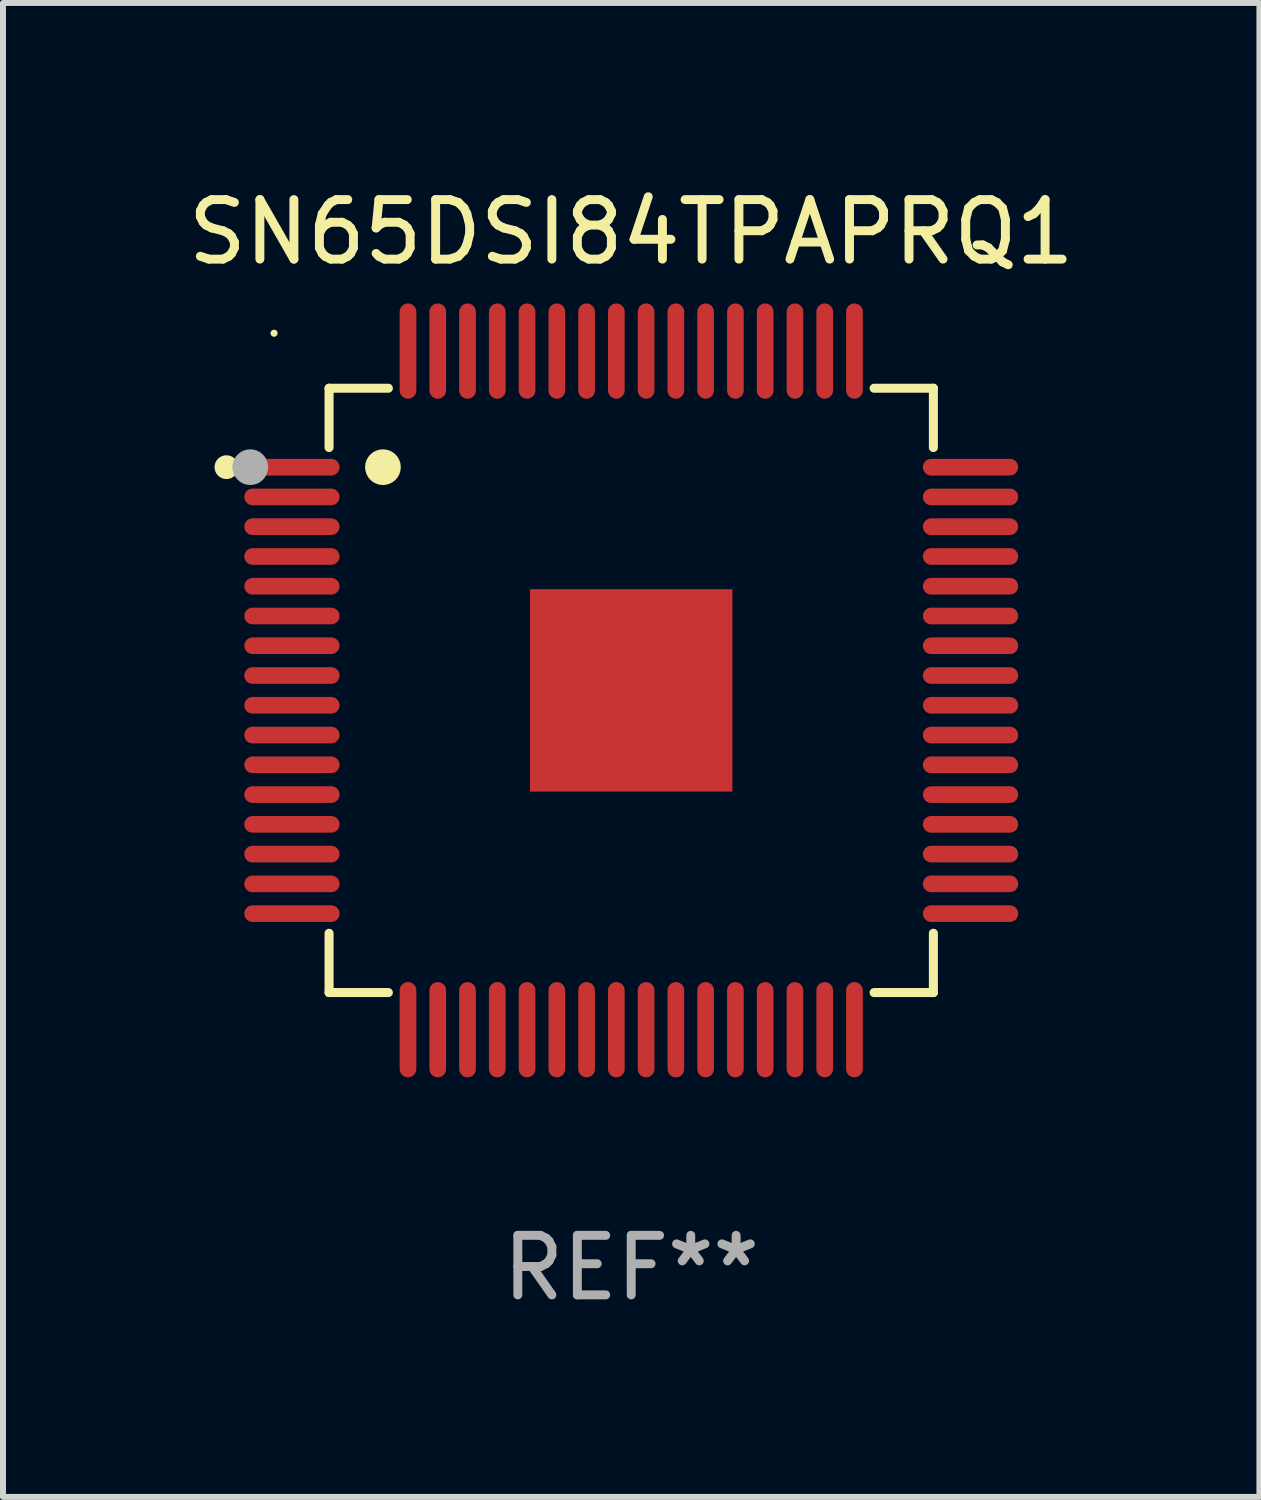
<source format=kicad_pcb>
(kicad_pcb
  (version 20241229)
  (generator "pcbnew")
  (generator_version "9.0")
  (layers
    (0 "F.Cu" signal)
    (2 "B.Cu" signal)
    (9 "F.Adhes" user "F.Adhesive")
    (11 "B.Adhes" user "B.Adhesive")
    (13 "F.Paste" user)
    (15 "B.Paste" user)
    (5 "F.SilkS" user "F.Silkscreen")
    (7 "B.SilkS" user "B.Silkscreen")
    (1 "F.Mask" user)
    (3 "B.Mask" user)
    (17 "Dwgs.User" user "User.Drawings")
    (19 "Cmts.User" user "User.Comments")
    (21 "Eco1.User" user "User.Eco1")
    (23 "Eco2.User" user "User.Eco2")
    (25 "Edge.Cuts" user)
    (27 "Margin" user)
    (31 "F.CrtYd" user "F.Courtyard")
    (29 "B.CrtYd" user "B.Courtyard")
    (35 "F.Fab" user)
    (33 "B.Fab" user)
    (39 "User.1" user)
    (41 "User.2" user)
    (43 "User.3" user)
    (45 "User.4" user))
  (footprint "SN65DSI84TPAPRQ1"
    (layer "F.Cu")
    (at 7.554 8.548)
    (property "Reference" "SN65DSI84TPAPRQ1" (at 0 -7.7 0) (layer "F.SilkS") (effects (font (size 1 1) (thickness 0.15))))
    (attr through_hole)
    (fp_line (start -5.076 -5.076) (end -5.076 -4.08) (stroke (width 0.152) (type solid)) (layer "F.SilkS"))
    (fp_line (start -5.076 5.076) (end -5.076 4.08) (stroke (width 0.152) (type solid)) (layer "F.SilkS"))
    (fp_line (start -4.08 -5.076) (end -5.076 -5.076) (stroke (width 0.152) (type solid)) (layer "F.SilkS"))
    (fp_line (start -4.08 5.076) (end -5.076 5.076) (stroke (width 0.152) (type solid)) (layer "F.SilkS"))
    (fp_line (start 4.08 -5.076) (end 5.076 -5.076) (stroke (width 0.152) (type solid)) (layer "F.SilkS"))
    (fp_line (start 4.08 5.076) (end 5.076 5.076) (stroke (width 0.152) (type solid)) (layer "F.SilkS"))
    (fp_line (start 5.076 -5.076) (end 5.076 -4.08) (stroke (width 0.152) (type solid)) (layer "F.SilkS"))
    (fp_line (start 5.076 5.076) (end 5.076 4.08) (stroke (width 0.152) (type solid)) (layer "F.SilkS"))
    (fp_circle (center -6.8 -3.75) (end -6.7 -3.75) (stroke (width 0.2) (type solid)) (fill no) (layer "F.SilkS"))
    (fp_circle (center -6 -6) (end -5.97 -6) (stroke (width 0.06) (type solid)) (fill no) (layer "F.SilkS"))
    (fp_circle (center -4.171 -3.75) (end -4.021 -3.75) (stroke (width 0.3) (type solid)) (fill no) (layer "F.SilkS"))
    (fp_circle (center -6.4 -3.75) (end -6.25 -3.75) (stroke (width 0.3) (type solid)) (fill no) (layer "F.Fab"))
    (fp_text user "REF**" (at 0 9.7 0) (layer "F.Fab") (effects (font (size 1 1) (thickness 0.15))))
    (pad "1" smd oval (at -5.7 -3.75 270) (size 0.28 1.6) (layers "F.Cu" "F.Mask" "F.Paste"))
    (pad "2" smd oval (at -5.7 -3.25 270) (size 0.28 1.6) (layers "F.Cu" "F.Mask" "F.Paste"))
    (pad "3" smd oval (at -5.7 -2.75 270) (size 0.28 1.6) (layers "F.Cu" "F.Mask" "F.Paste"))
    (pad "4" smd oval (at -5.7 -2.25 270) (size 0.28 1.6) (layers "F.Cu" "F.Mask" "F.Paste"))
    (pad "5" smd oval (at -5.7 -1.75 270) (size 0.28 1.6) (layers "F.Cu" "F.Mask" "F.Paste"))
    (pad "6" smd oval (at -5.7 -1.25 270) (size 0.28 1.6) (layers "F.Cu" "F.Mask" "F.Paste"))
    (pad "7" smd oval (at -5.7 -0.75 270) (size 0.28 1.6) (layers "F.Cu" "F.Mask" "F.Paste"))
    (pad "8" smd oval (at -5.7 -0.25 270) (size 0.28 1.6) (layers "F.Cu" "F.Mask" "F.Paste"))
    (pad "9" smd oval (at -5.7 0.25 270) (size 0.28 1.6) (layers "F.Cu" "F.Mask" "F.Paste"))
    (pad "10" smd oval (at -5.7 0.75 270) (size 0.28 1.6) (layers "F.Cu" "F.Mask" "F.Paste"))
    (pad "11" smd oval (at -5.7 1.25 270) (size 0.28 1.6) (layers "F.Cu" "F.Mask" "F.Paste"))
    (pad "12" smd oval (at -5.7 1.75 270) (size 0.28 1.6) (layers "F.Cu" "F.Mask" "F.Paste"))
    (pad "13" smd oval (at -5.7 2.25 270) (size 0.28 1.6) (layers "F.Cu" "F.Mask" "F.Paste"))
    (pad "14" smd oval (at -5.7 2.75 270) (size 0.28 1.6) (layers "F.Cu" "F.Mask" "F.Paste"))
    (pad "15" smd oval (at -5.7 3.25 270) (size 0.28 1.6) (layers "F.Cu" "F.Mask" "F.Paste"))
    (pad "16" smd oval (at -5.7 3.75 270) (size 0.28 1.6) (layers "F.Cu" "F.Mask" "F.Paste"))
    (pad "17" smd oval (at -3.75 5.7 270) (size 1.6 0.28) (layers "F.Cu" "F.Mask" "F.Paste"))
    (pad "18" smd oval (at -3.25 5.7 270) (size 1.6 0.28) (layers "F.Cu" "F.Mask" "F.Paste"))
    (pad "19" smd oval (at -2.75 5.7 270) (size 1.6 0.28) (layers "F.Cu" "F.Mask" "F.Paste"))
    (pad "20" smd oval (at -2.25 5.7 270) (size 1.6 0.28) (layers "F.Cu" "F.Mask" "F.Paste"))
    (pad "21" smd oval (at -1.75 5.7 270) (size 1.6 0.28) (layers "F.Cu" "F.Mask" "F.Paste"))
    (pad "22" smd oval (at -1.25 5.7 270) (size 1.6 0.28) (layers "F.Cu" "F.Mask" "F.Paste"))
    (pad "23" smd oval (at -0.75 5.7 270) (size 1.6 0.28) (layers "F.Cu" "F.Mask" "F.Paste"))
    (pad "24" smd oval (at -0.25 5.7 270) (size 1.6 0.28) (layers "F.Cu" "F.Mask" "F.Paste"))
    (pad "25" smd oval (at 0.25 5.7 270) (size 1.6 0.28) (layers "F.Cu" "F.Mask" "F.Paste"))
    (pad "26" smd oval (at 0.75 5.7 270) (size 1.6 0.28) (layers "F.Cu" "F.Mask" "F.Paste"))
    (pad "27" smd oval (at 1.25 5.7 270) (size 1.6 0.28) (layers "F.Cu" "F.Mask" "F.Paste"))
    (pad "28" smd oval (at 1.75 5.7 270) (size 1.6 0.28) (layers "F.Cu" "F.Mask" "F.Paste"))
    (pad "29" smd oval (at 2.25 5.7 270) (size 1.6 0.28) (layers "F.Cu" "F.Mask" "F.Paste"))
    (pad "30" smd oval (at 2.75 5.7 270) (size 1.6 0.28) (layers "F.Cu" "F.Mask" "F.Paste"))
    (pad "31" smd oval (at 3.25 5.7 270) (size 1.6 0.28) (layers "F.Cu" "F.Mask" "F.Paste"))
    (pad "32" smd oval (at 3.75 5.7 270) (size 1.6 0.28) (layers "F.Cu" "F.Mask" "F.Paste"))
    (pad "33" smd oval (at 5.7 3.75 270) (size 0.28 1.6) (layers "F.Cu" "F.Mask" "F.Paste"))
    (pad "34" smd oval (at 5.7 3.25 270) (size 0.28 1.6) (layers "F.Cu" "F.Mask" "F.Paste"))
    (pad "35" smd oval (at 5.7 2.75 270) (size 0.28 1.6) (layers "F.Cu" "F.Mask" "F.Paste"))
    (pad "36" smd oval (at 5.7 2.25 270) (size 0.28 1.6) (layers "F.Cu" "F.Mask" "F.Paste"))
    (pad "37" smd oval (at 5.7 1.75 270) (size 0.28 1.6) (layers "F.Cu" "F.Mask" "F.Paste"))
    (pad "38" smd oval (at 5.7 1.25 270) (size 0.28 1.6) (layers "F.Cu" "F.Mask" "F.Paste"))
    (pad "39" smd oval (at 5.7 0.75 270) (size 0.28 1.6) (layers "F.Cu" "F.Mask" "F.Paste"))
    (pad "40" smd oval (at 5.7 0.25 270) (size 0.28 1.6) (layers "F.Cu" "F.Mask" "F.Paste"))
    (pad "41" smd oval (at 5.7 -0.25 270) (size 0.28 1.6) (layers "F.Cu" "F.Mask" "F.Paste"))
    (pad "42" smd oval (at 5.7 -0.75 270) (size 0.28 1.6) (layers "F.Cu" "F.Mask" "F.Paste"))
    (pad "43" smd oval (at 5.7 -1.25 270) (size 0.28 1.6) (layers "F.Cu" "F.Mask" "F.Paste"))
    (pad "44" smd oval (at 5.7 -1.75 270) (size 0.28 1.6) (layers "F.Cu" "F.Mask" "F.Paste"))
    (pad "45" smd oval (at 5.7 -2.25 270) (size 0.28 1.6) (layers "F.Cu" "F.Mask" "F.Paste"))
    (pad "46" smd oval (at 5.7 -2.75 270) (size 0.28 1.6) (layers "F.Cu" "F.Mask" "F.Paste"))
    (pad "47" smd oval (at 5.7 -3.25 270) (size 0.28 1.6) (layers "F.Cu" "F.Mask" "F.Paste"))
    (pad "48" smd oval (at 5.7 -3.75 270) (size 0.28 1.6) (layers "F.Cu" "F.Mask" "F.Paste"))
    (pad "49" smd oval (at 3.75 -5.7 270) (size 1.6 0.28) (layers "F.Cu" "F.Mask" "F.Paste"))
    (pad "50" smd oval (at 3.25 -5.7 270) (size 1.6 0.28) (layers "F.Cu" "F.Mask" "F.Paste"))
    (pad "51" smd oval (at 2.75 -5.7 270) (size 1.6 0.28) (layers "F.Cu" "F.Mask" "F.Paste"))
    (pad "52" smd oval (at 2.25 -5.7 270) (size 1.6 0.28) (layers "F.Cu" "F.Mask" "F.Paste"))
    (pad "53" smd oval (at 1.75 -5.7 270) (size 1.6 0.28) (layers "F.Cu" "F.Mask" "F.Paste"))
    (pad "54" smd oval (at 1.25 -5.7 270) (size 1.6 0.28) (layers "F.Cu" "F.Mask" "F.Paste"))
    (pad "55" smd oval (at 0.75 -5.7 270) (size 1.6 0.28) (layers "F.Cu" "F.Mask" "F.Paste"))
    (pad "56" smd oval (at 0.25 -5.7 270) (size 1.6 0.28) (layers "F.Cu" "F.Mask" "F.Paste"))
    (pad "57" smd oval (at -0.25 -5.7 270) (size 1.6 0.28) (layers "F.Cu" "F.Mask" "F.Paste"))
    (pad "58" smd oval (at -0.75 -5.7 270) (size 1.6 0.28) (layers "F.Cu" "F.Mask" "F.Paste"))
    (pad "59" smd oval (at -1.25 -5.7 270) (size 1.6 0.28) (layers "F.Cu" "F.Mask" "F.Paste"))
    (pad "60" smd oval (at -1.75 -5.7 270) (size 1.6 0.28) (layers "F.Cu" "F.Mask" "F.Paste"))
    (pad "61" smd oval (at -2.25 -5.7 270) (size 1.6 0.28) (layers "F.Cu" "F.Mask" "F.Paste"))
    (pad "62" smd oval (at -2.75 -5.7 270) (size 1.6 0.28) (layers "F.Cu" "F.Mask" "F.Paste"))
    (pad "63" smd oval (at -3.25 -5.7 270) (size 1.6 0.28) (layers "F.Cu" "F.Mask" "F.Paste"))
    (pad "64" smd oval (at -3.75 -5.7 270) (size 1.6 0.28) (layers "F.Cu" "F.Mask" "F.Paste"))
    (pad "65" smd rect (at 0 0 270) (size 3.4 3.4) (layers "F.Cu" "F.Mask" "F.Paste")))
  (gr_rect
    (start -3 -3)
    (end 18.107 22.097)
    (stroke (width 0.1) (type default))
    (fill no)
    (layer "Edge.Cuts")))
</source>
